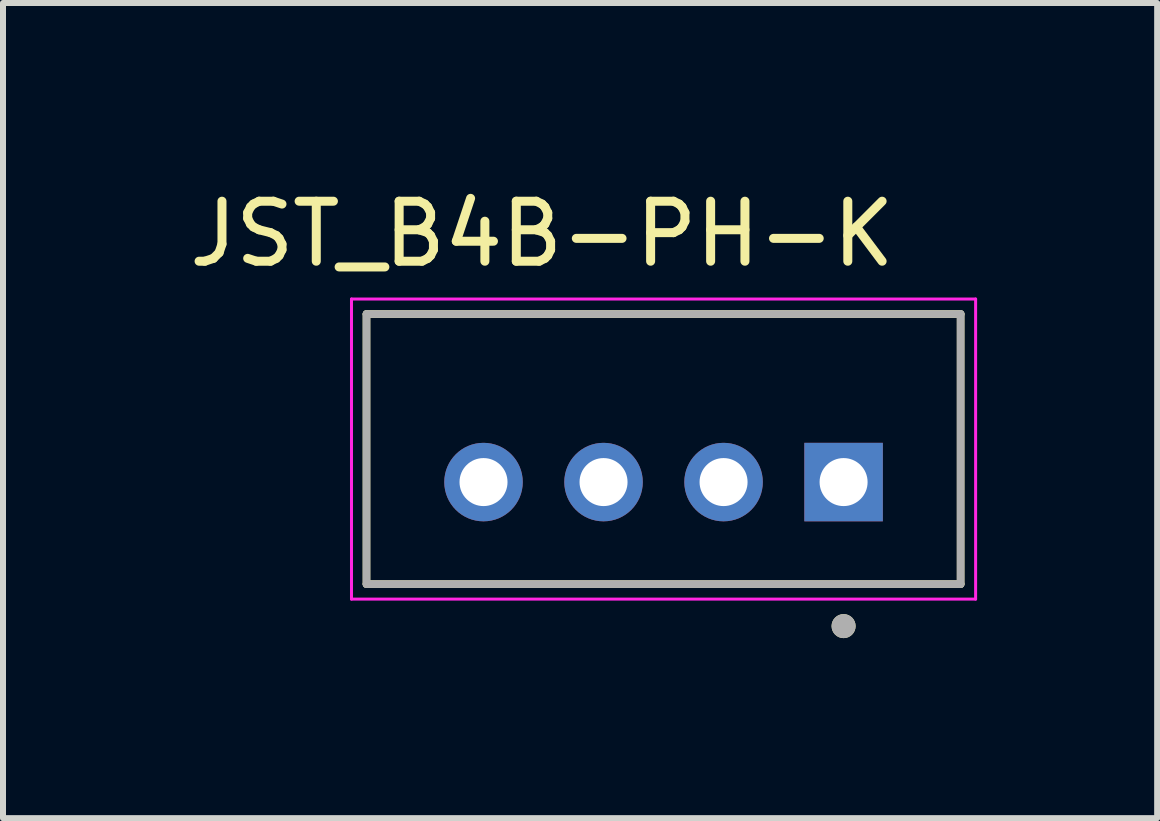
<source format=kicad_pcb>
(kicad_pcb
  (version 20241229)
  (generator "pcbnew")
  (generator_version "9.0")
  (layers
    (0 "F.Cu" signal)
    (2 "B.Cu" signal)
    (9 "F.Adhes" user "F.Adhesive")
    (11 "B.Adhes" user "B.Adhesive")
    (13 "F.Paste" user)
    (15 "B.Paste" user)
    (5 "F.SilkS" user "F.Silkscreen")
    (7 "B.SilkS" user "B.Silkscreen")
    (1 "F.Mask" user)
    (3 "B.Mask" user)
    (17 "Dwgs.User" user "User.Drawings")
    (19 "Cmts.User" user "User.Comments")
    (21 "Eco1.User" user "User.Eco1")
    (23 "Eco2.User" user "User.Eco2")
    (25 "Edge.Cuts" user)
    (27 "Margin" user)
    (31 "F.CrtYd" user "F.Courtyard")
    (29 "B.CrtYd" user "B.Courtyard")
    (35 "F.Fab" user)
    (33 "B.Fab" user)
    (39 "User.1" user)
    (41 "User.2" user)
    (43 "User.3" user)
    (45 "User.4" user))
  (footprint "JST_B4B-PH-K"
    (layer "F.Cu")
    (at 8.007 4.433)
    (property "Reference" "JST_B4B-PH-K" (at -2.025 -3.585 0) (layer "F.SilkS") (effects (font (size 1 1) (thickness 0.15))))
    (attr through_hole)
    (fp_line (start -4.95 -2.25) (end 4.95 -2.25) (stroke (width 0.127) (type solid)) (layer "F.SilkS"))
    (fp_line (start -4.95 2.25) (end -4.95 -2.25) (stroke (width 0.127) (type solid)) (layer "F.SilkS"))
    (fp_line (start 4.95 -2.25) (end 4.95 2.25) (stroke (width 0.127) (type solid)) (layer "F.SilkS"))
    (fp_line (start 4.95 2.25) (end -4.95 2.25) (stroke (width 0.127) (type solid)) (layer "F.SilkS"))
    (fp_circle (center 3 2.95) (end 3.1 2.95) (stroke (width 0.2) (type solid)) (fill no) (layer "F.SilkS"))
    (fp_line (start -5.2 -2.5) (end 5.2 -2.5) (stroke (width 0.05) (type solid)) (layer "F.CrtYd"))
    (fp_line (start -5.2 2.5) (end -5.2 -2.5) (stroke (width 0.05) (type solid)) (layer "F.CrtYd"))
    (fp_line (start 5.2 -2.5) (end 5.2 2.5) (stroke (width 0.05) (type solid)) (layer "F.CrtYd"))
    (fp_line (start 5.2 2.5) (end -5.2 2.5) (stroke (width 0.05) (type solid)) (layer "F.CrtYd"))
    (fp_line (start -4.95 -2.25) (end 4.95 -2.25) (stroke (width 0.127) (type solid)) (layer "F.Fab"))
    (fp_line (start -4.95 2.25) (end -4.95 -2.25) (stroke (width 0.127) (type solid)) (layer "F.Fab"))
    (fp_line (start 4.95 -2.25) (end 4.95 2.25) (stroke (width 0.127) (type solid)) (layer "F.Fab"))
    (fp_line (start 4.95 2.25) (end -4.95 2.25) (stroke (width 0.127) (type solid)) (layer "F.Fab"))
    (fp_circle (center 3 2.95) (end 3.1 2.95) (stroke (width 0.2) (type solid)) (fill no) (layer "F.Fab"))
    (pad "1" thru_hole rect (at 3 0.55) (size 1.308 1.308) (drill 0.8) (layers "*.Cu" "*.Mask"))
    (pad "2" thru_hole circle (at 1 0.55) (size 1.308 1.308) (drill 0.8) (layers "*.Cu" "*.Mask"))
    (pad "3" thru_hole circle (at -1 0.55) (size 1.308 1.308) (drill 0.8) (layers "*.Cu" "*.Mask"))
    (pad "4" thru_hole circle (at -3 0.55) (size 1.308 1.308) (drill 0.8) (layers "*.Cu" "*.Mask")))
  (gr_rect
    (start -3 -3)
    (end 16.232 10.583)
    (stroke (width 0.1) (type default))
    (fill no)
    (layer "Edge.Cuts")))
</source>
